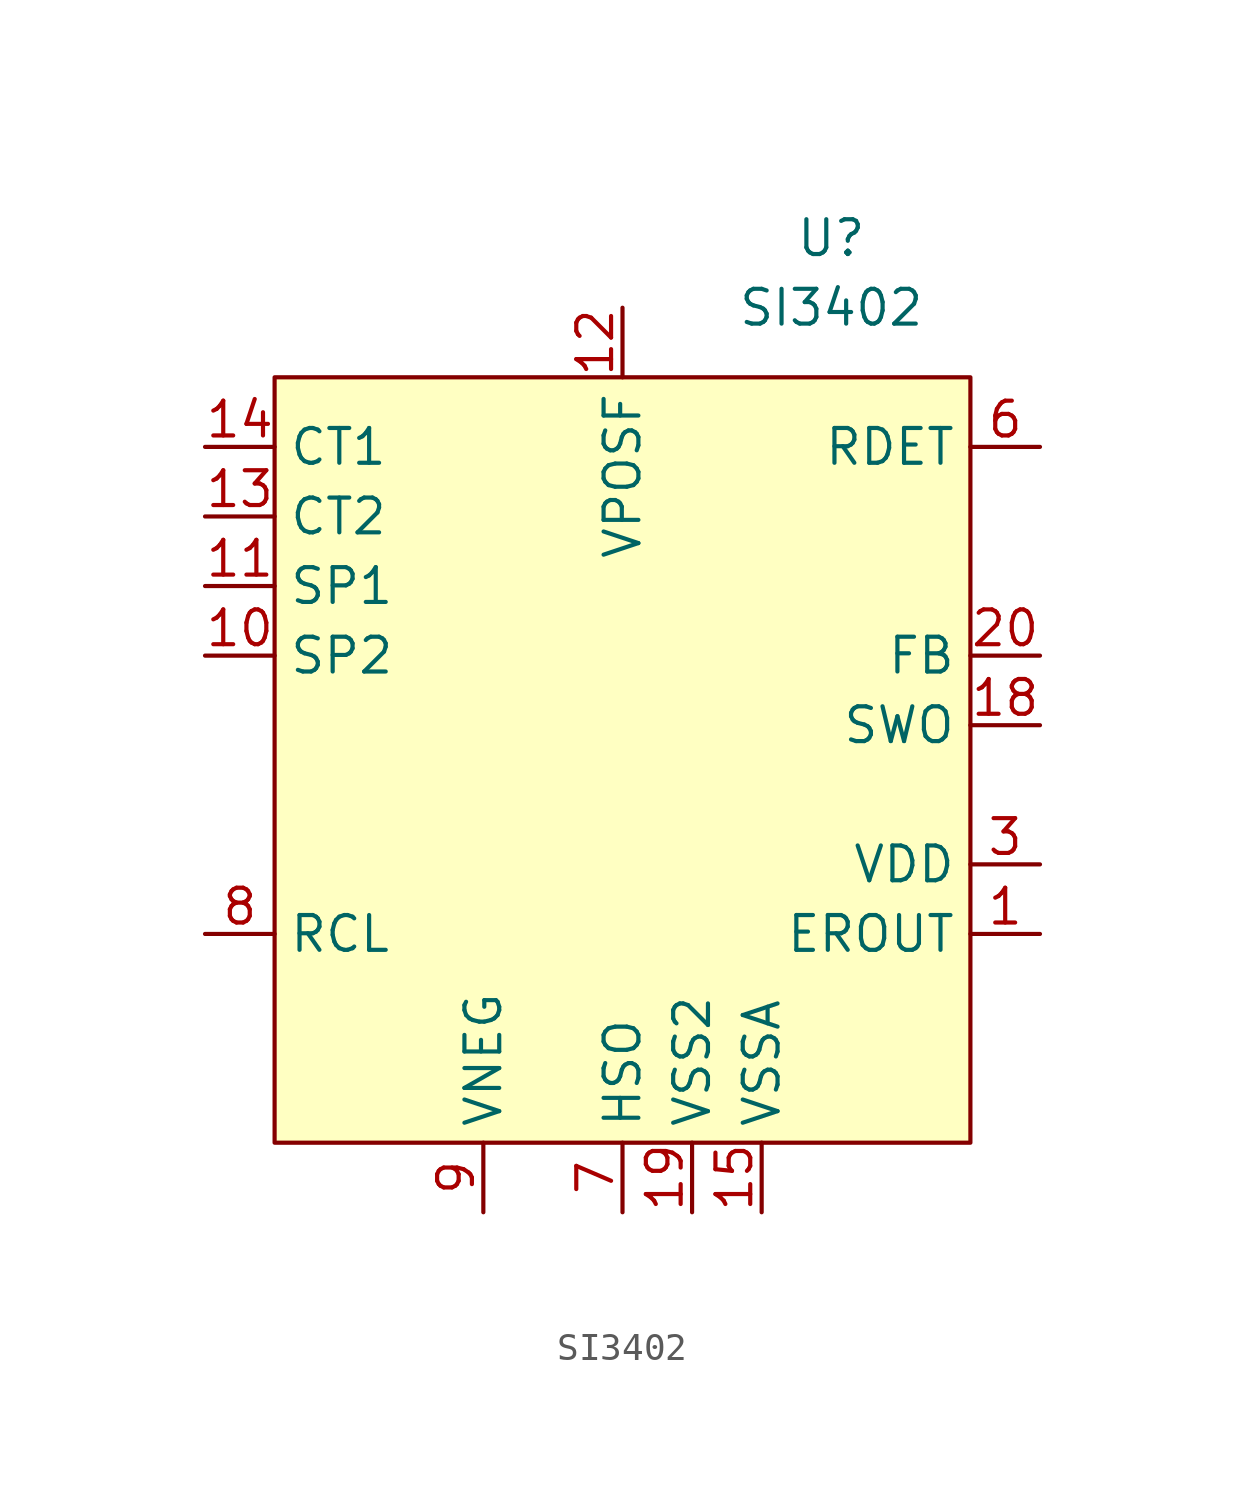
<source format=kicad_sym>
(kicad_symbol_lib
  (version 20211014)
  (generator kicad_symbol_editor)
  (symbol "SI3402"
    (property "Reference" "U"
      (at 7.62 17.78 0)
      (effects (font (size 1.27 1.27))))
    (property "Value" "SI3402"
      (at 7.62 15.24 0)
      (effects (font (size 1.27 1.27))))
    (symbol "SI3402_0_1"
      (rectangle (start -12.7 12.7) (end 12.7 -15.24) (stroke (width 0) (type default) (color 0 0 0 0)) (fill (type background))))
    (symbol "SI3402_1_1"
      (pin output line (at 15.24 -7.62 180) (length 2.54) (name "EROUT" (effects (font (size 1.27 1.27)))) (number "1" (effects (font (size 1.27 1.27)))))
      (pin input line (at -15.24 2.54 0) (length 2.54) (name "SP2" (effects (font (size 1.27 1.27)))) (number "10" (effects (font (size 1.27 1.27)))))
      (pin input line (at -15.24 5.08 0) (length 2.54) (name "SP1" (effects (font (size 1.27 1.27)))) (number "11" (effects (font (size 1.27 1.27)))))
      (pin input line (at 0 15.24 270) (length 2.54) (name "VPOSF" (effects (font (size 1.27 1.27)))) (number "12" (effects (font (size 1.27 1.27)))))
      (pin input line (at -15.24 7.62 0) (length 2.54) (name "CT2" (effects (font (size 1.27 1.27)))) (number "13" (effects (font (size 1.27 1.27)))))
      (pin input line (at -15.24 10.16 0) (length 2.54) (name "CT1" (effects (font (size 1.27 1.27)))) (number "14" (effects (font (size 1.27 1.27)))))
      (pin power_in line (at 5.08 -17.78 90) (length 2.54) (name "VSSA" (effects (font (size 1.27 1.27)))) (number "15" (effects (font (size 1.27 1.27)))))
      (pin output line (at 15.24 0 180) (length 2.54) (name "SWO" (effects (font (size 1.27 1.27)))) (number "18" (effects (font (size 1.27 1.27)))))
      (pin power_in line (at 2.54 -17.78 90) (length 2.54) (name "VSS2" (effects (font (size 1.27 1.27)))) (number "19" (effects (font (size 1.27 1.27)))))
      (pin input line (at 15.24 2.54 180) (length 2.54) (name "FB" (effects (font (size 1.27 1.27)))) (number "20" (effects (font (size 1.27 1.27)))))
      (pin power_in line (at 15.24 -5.08 180) (length 2.54) (name "VDD" (effects (font (size 1.27 1.27)))) (number "3" (effects (font (size 1.27 1.27)))))
      (pin input line (at 15.24 10.16 180) (length 2.54) (name "RDET" (effects (font (size 1.27 1.27)))) (number "6" (effects (font (size 1.27 1.27)))))
      (pin output line (at 0 -17.78 90) (length 2.54) (name "HSO" (effects (font (size 1.27 1.27)))) (number "7" (effects (font (size 1.27 1.27)))))
      (pin input line (at -15.24 -7.62 0) (length 2.54) (name "RCL" (effects (font (size 1.27 1.27)))) (number "8" (effects (font (size 1.27 1.27)))))
      (pin power_in line (at -5.08 -17.78 90) (length 2.54) (name "VNEG" (effects (font (size 1.27 1.27)))) (number "9" (effects (font (size 1.27 1.27))))))))
</source>
